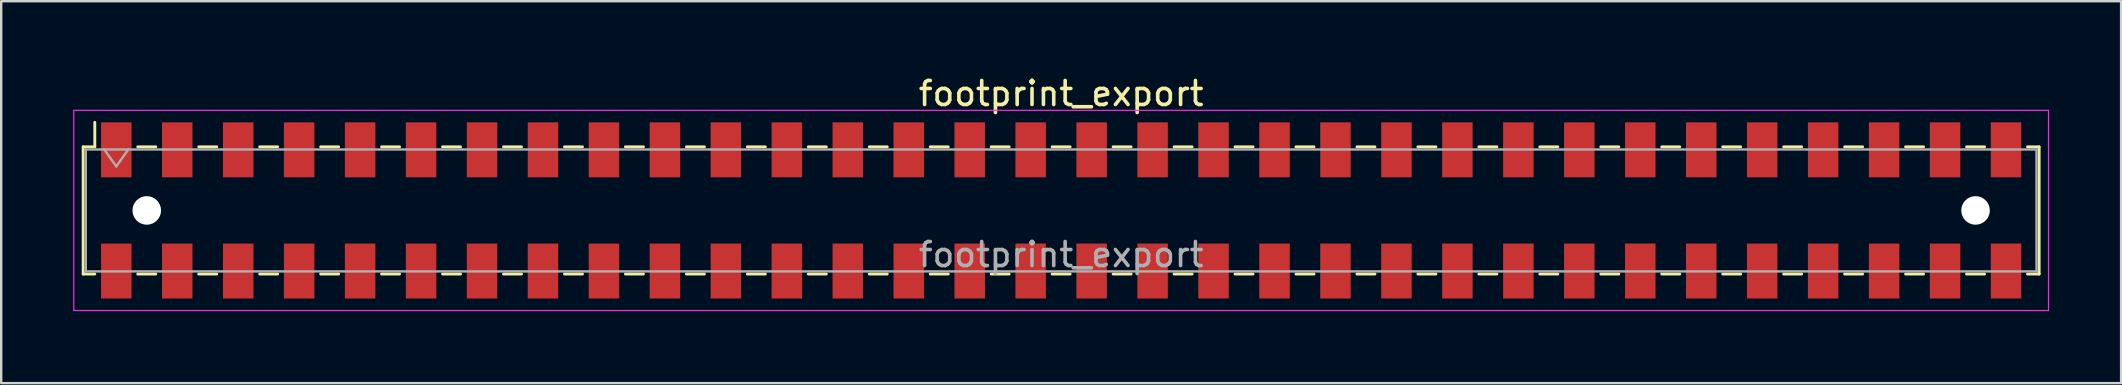
<source format=kicad_pcb>
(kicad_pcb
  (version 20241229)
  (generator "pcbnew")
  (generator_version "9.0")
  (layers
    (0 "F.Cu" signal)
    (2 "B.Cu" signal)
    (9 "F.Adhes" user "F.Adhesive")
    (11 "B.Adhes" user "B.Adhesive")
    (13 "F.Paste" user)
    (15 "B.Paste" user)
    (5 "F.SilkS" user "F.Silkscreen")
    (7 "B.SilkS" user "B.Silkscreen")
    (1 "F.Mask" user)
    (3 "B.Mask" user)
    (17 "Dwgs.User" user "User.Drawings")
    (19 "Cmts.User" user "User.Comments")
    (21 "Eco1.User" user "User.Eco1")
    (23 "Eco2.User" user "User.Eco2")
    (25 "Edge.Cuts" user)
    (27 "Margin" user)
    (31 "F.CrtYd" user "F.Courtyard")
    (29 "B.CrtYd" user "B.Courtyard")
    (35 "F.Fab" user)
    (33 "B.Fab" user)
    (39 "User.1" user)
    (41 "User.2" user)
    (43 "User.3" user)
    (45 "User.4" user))
  (footprint "footprint_export"
    (layer "F.Cu")
    (at 41.165 5.718)
    (property "Reference" "footprint_export" (at 0 -4.87 0) (layer "F.SilkS") (effects (font (size 1 1) (thickness 0.15))))
    (attr smd)
    (fp_line (start -40.75 -2.65) (end -40.75 2.65) (stroke (width 0.12) (type solid)) (layer "F.SilkS"))
    (fp_line (start -40.75 2.65) (end -40.265 2.65) (stroke (width 0.12) (type solid)) (layer "F.SilkS"))
    (fp_line (start -40.265 -3.67) (end -40.265 -2.65) (stroke (width 0.12) (type solid)) (layer "F.SilkS"))
    (fp_line (start -40.265 -2.65) (end -40.75 -2.65) (stroke (width 0.12) (type solid)) (layer "F.SilkS"))
    (fp_line (start -38.475 -2.65) (end -37.725 -2.65) (stroke (width 0.12) (type solid)) (layer "F.SilkS"))
    (fp_line (start -38.475 2.65) (end -37.725 2.65) (stroke (width 0.12) (type solid)) (layer "F.SilkS"))
    (fp_line (start -35.935 -2.65) (end -35.185 -2.65) (stroke (width 0.12) (type solid)) (layer "F.SilkS"))
    (fp_line (start -35.935 2.65) (end -35.185 2.65) (stroke (width 0.12) (type solid)) (layer "F.SilkS"))
    (fp_line (start -33.395 -2.65) (end -32.645 -2.65) (stroke (width 0.12) (type solid)) (layer "F.SilkS"))
    (fp_line (start -33.395 2.65) (end -32.645 2.65) (stroke (width 0.12) (type solid)) (layer "F.SilkS"))
    (fp_line (start -30.855 -2.65) (end -30.105 -2.65) (stroke (width 0.12) (type solid)) (layer "F.SilkS"))
    (fp_line (start -30.855 2.65) (end -30.105 2.65) (stroke (width 0.12) (type solid)) (layer "F.SilkS"))
    (fp_line (start -28.315 -2.65) (end -27.565 -2.65) (stroke (width 0.12) (type solid)) (layer "F.SilkS"))
    (fp_line (start -28.315 2.65) (end -27.565 2.65) (stroke (width 0.12) (type solid)) (layer "F.SilkS"))
    (fp_line (start -25.775 -2.65) (end -25.025 -2.65) (stroke (width 0.12) (type solid)) (layer "F.SilkS"))
    (fp_line (start -25.775 2.65) (end -25.025 2.65) (stroke (width 0.12) (type solid)) (layer "F.SilkS"))
    (fp_line (start -23.235 -2.65) (end -22.485 -2.65) (stroke (width 0.12) (type solid)) (layer "F.SilkS"))
    (fp_line (start -23.235 2.65) (end -22.485 2.65) (stroke (width 0.12) (type solid)) (layer "F.SilkS"))
    (fp_line (start -20.695 -2.65) (end -19.945 -2.65) (stroke (width 0.12) (type solid)) (layer "F.SilkS"))
    (fp_line (start -20.695 2.65) (end -19.945 2.65) (stroke (width 0.12) (type solid)) (layer "F.SilkS"))
    (fp_line (start -18.155 -2.65) (end -17.405 -2.65) (stroke (width 0.12) (type solid)) (layer "F.SilkS"))
    (fp_line (start -18.155 2.65) (end -17.405 2.65) (stroke (width 0.12) (type solid)) (layer "F.SilkS"))
    (fp_line (start -15.615 -2.65) (end -14.865 -2.65) (stroke (width 0.12) (type solid)) (layer "F.SilkS"))
    (fp_line (start -15.615 2.65) (end -14.865 2.65) (stroke (width 0.12) (type solid)) (layer "F.SilkS"))
    (fp_line (start -13.075 -2.65) (end -12.325 -2.65) (stroke (width 0.12) (type solid)) (layer "F.SilkS"))
    (fp_line (start -13.075 2.65) (end -12.325 2.65) (stroke (width 0.12) (type solid)) (layer "F.SilkS"))
    (fp_line (start -10.535 -2.65) (end -9.785 -2.65) (stroke (width 0.12) (type solid)) (layer "F.SilkS"))
    (fp_line (start -10.535 2.65) (end -9.785 2.65) (stroke (width 0.12) (type solid)) (layer "F.SilkS"))
    (fp_line (start -7.995 -2.65) (end -7.245 -2.65) (stroke (width 0.12) (type solid)) (layer "F.SilkS"))
    (fp_line (start -7.995 2.65) (end -7.245 2.65) (stroke (width 0.12) (type solid)) (layer "F.SilkS"))
    (fp_line (start -5.455 -2.65) (end -4.705 -2.65) (stroke (width 0.12) (type solid)) (layer "F.SilkS"))
    (fp_line (start -5.455 2.65) (end -4.705 2.65) (stroke (width 0.12) (type solid)) (layer "F.SilkS"))
    (fp_line (start -2.915 -2.65) (end -2.165 -2.65) (stroke (width 0.12) (type solid)) (layer "F.SilkS"))
    (fp_line (start -2.915 2.65) (end -2.165 2.65) (stroke (width 0.12) (type solid)) (layer "F.SilkS"))
    (fp_line (start -0.375 -2.65) (end 0.375 -2.65) (stroke (width 0.12) (type solid)) (layer "F.SilkS"))
    (fp_line (start -0.375 2.65) (end 0.375 2.65) (stroke (width 0.12) (type solid)) (layer "F.SilkS"))
    (fp_line (start 2.165 -2.65) (end 2.915 -2.65) (stroke (width 0.12) (type solid)) (layer "F.SilkS"))
    (fp_line (start 2.165 2.65) (end 2.915 2.65) (stroke (width 0.12) (type solid)) (layer "F.SilkS"))
    (fp_line (start 4.705 -2.65) (end 5.455 -2.65) (stroke (width 0.12) (type solid)) (layer "F.SilkS"))
    (fp_line (start 4.705 2.65) (end 5.455 2.65) (stroke (width 0.12) (type solid)) (layer "F.SilkS"))
    (fp_line (start 7.245 -2.65) (end 7.995 -2.65) (stroke (width 0.12) (type solid)) (layer "F.SilkS"))
    (fp_line (start 7.245 2.65) (end 7.995 2.65) (stroke (width 0.12) (type solid)) (layer "F.SilkS"))
    (fp_line (start 9.785 -2.65) (end 10.535 -2.65) (stroke (width 0.12) (type solid)) (layer "F.SilkS"))
    (fp_line (start 9.785 2.65) (end 10.535 2.65) (stroke (width 0.12) (type solid)) (layer "F.SilkS"))
    (fp_line (start 12.325 -2.65) (end 13.075 -2.65) (stroke (width 0.12) (type solid)) (layer "F.SilkS"))
    (fp_line (start 12.325 2.65) (end 13.075 2.65) (stroke (width 0.12) (type solid)) (layer "F.SilkS"))
    (fp_line (start 14.865 -2.65) (end 15.615 -2.65) (stroke (width 0.12) (type solid)) (layer "F.SilkS"))
    (fp_line (start 14.865 2.65) (end 15.615 2.65) (stroke (width 0.12) (type solid)) (layer "F.SilkS"))
    (fp_line (start 17.405 -2.65) (end 18.155 -2.65) (stroke (width 0.12) (type solid)) (layer "F.SilkS"))
    (fp_line (start 17.405 2.65) (end 18.155 2.65) (stroke (width 0.12) (type solid)) (layer "F.SilkS"))
    (fp_line (start 19.945 -2.65) (end 20.695 -2.65) (stroke (width 0.12) (type solid)) (layer "F.SilkS"))
    (fp_line (start 19.945 2.65) (end 20.695 2.65) (stroke (width 0.12) (type solid)) (layer "F.SilkS"))
    (fp_line (start 22.485 -2.65) (end 23.235 -2.65) (stroke (width 0.12) (type solid)) (layer "F.SilkS"))
    (fp_line (start 22.485 2.65) (end 23.235 2.65) (stroke (width 0.12) (type solid)) (layer "F.SilkS"))
    (fp_line (start 25.025 -2.65) (end 25.775 -2.65) (stroke (width 0.12) (type solid)) (layer "F.SilkS"))
    (fp_line (start 25.025 2.65) (end 25.775 2.65) (stroke (width 0.12) (type solid)) (layer "F.SilkS"))
    (fp_line (start 27.565 -2.65) (end 28.315 -2.65) (stroke (width 0.12) (type solid)) (layer "F.SilkS"))
    (fp_line (start 27.565 2.65) (end 28.315 2.65) (stroke (width 0.12) (type solid)) (layer "F.SilkS"))
    (fp_line (start 30.105 -2.65) (end 30.855 -2.65) (stroke (width 0.12) (type solid)) (layer "F.SilkS"))
    (fp_line (start 30.105 2.65) (end 30.855 2.65) (stroke (width 0.12) (type solid)) (layer "F.SilkS"))
    (fp_line (start 32.645 -2.65) (end 33.395 -2.65) (stroke (width 0.12) (type solid)) (layer "F.SilkS"))
    (fp_line (start 32.645 2.65) (end 33.395 2.65) (stroke (width 0.12) (type solid)) (layer "F.SilkS"))
    (fp_line (start 35.185 -2.65) (end 35.935 -2.65) (stroke (width 0.12) (type solid)) (layer "F.SilkS"))
    (fp_line (start 35.185 2.65) (end 35.935 2.65) (stroke (width 0.12) (type solid)) (layer "F.SilkS"))
    (fp_line (start 37.725 -2.65) (end 38.475 -2.65) (stroke (width 0.12) (type solid)) (layer "F.SilkS"))
    (fp_line (start 37.725 2.65) (end 38.475 2.65) (stroke (width 0.12) (type solid)) (layer "F.SilkS"))
    (fp_line (start 40.265 -2.65) (end 40.75 -2.65) (stroke (width 0.12) (type solid)) (layer "F.SilkS"))
    (fp_line (start 40.75 -2.65) (end 40.75 2.65) (stroke (width 0.12) (type solid)) (layer "F.SilkS"))
    (fp_line (start 40.75 2.65) (end 40.265 2.65) (stroke (width 0.12) (type solid)) (layer "F.SilkS"))
    (fp_line (start -41.14 -4.17) (end 41.14 -4.17) (stroke (width 0.05) (type solid)) (layer "F.CrtYd"))
    (fp_line (start -41.14 4.17) (end -41.14 -4.17) (stroke (width 0.05) (type solid)) (layer "F.CrtYd"))
    (fp_line (start 41.14 -4.17) (end 41.14 4.17) (stroke (width 0.05) (type solid)) (layer "F.CrtYd"))
    (fp_line (start 41.14 4.17) (end -41.14 4.17) (stroke (width 0.05) (type solid)) (layer "F.CrtYd"))
    (fp_line (start -40.64 -2.54) (end 40.64 -2.54) (stroke (width 0.1) (type solid)) (layer "F.Fab"))
    (fp_line (start -40.64 2.54) (end -40.64 -2.54) (stroke (width 0.1) (type solid)) (layer "F.Fab"))
    (fp_line (start -39.87 -2.54) (end -39.37 -1.833) (stroke (width 0.1) (type solid)) (layer "F.Fab"))
    (fp_line (start -39.37 -1.833) (end -38.87 -2.54) (stroke (width 0.1) (type solid)) (layer "F.Fab"))
    (fp_line (start 40.64 -2.54) (end 40.64 2.54) (stroke (width 0.1) (type solid)) (layer "F.Fab"))
    (fp_line (start 40.64 2.54) (end -40.64 2.54) (stroke (width 0.1) (type solid)) (layer "F.Fab"))
    (fp_text user "${REFERENCE}" (at 0 1.84 0) (layer "F.Fab") (effects (font (size 1 1) (thickness 0.15))))
    (pad "" np_thru_hole circle (at -38.1 0) (size 1.19 1.19) (drill 1.19) (layers "*.Cu" "*.Mask"))
    (pad "" np_thru_hole circle (at 38.1 0) (size 1.19 1.19) (drill 1.19) (layers "*.Cu" "*.Mask"))
    (pad "1" smd rect (at -39.37 -2.525) (size 1.27 2.29) (layers "F.Cu" "F.Mask" "F.Paste"))
    (pad "2" smd rect (at -39.37 2.525) (size 1.27 2.29) (layers "F.Cu" "F.Mask" "F.Paste"))
    (pad "3" smd rect (at -36.83 -2.525) (size 1.27 2.29) (layers "F.Cu" "F.Mask" "F.Paste"))
    (pad "4" smd rect (at -36.83 2.525) (size 1.27 2.29) (layers "F.Cu" "F.Mask" "F.Paste"))
    (pad "5" smd rect (at -34.29 -2.525) (size 1.27 2.29) (layers "F.Cu" "F.Mask" "F.Paste"))
    (pad "6" smd rect (at -34.29 2.525) (size 1.27 2.29) (layers "F.Cu" "F.Mask" "F.Paste"))
    (pad "7" smd rect (at -31.75 -2.525) (size 1.27 2.29) (layers "F.Cu" "F.Mask" "F.Paste"))
    (pad "8" smd rect (at -31.75 2.525) (size 1.27 2.29) (layers "F.Cu" "F.Mask" "F.Paste"))
    (pad "9" smd rect (at -29.21 -2.525) (size 1.27 2.29) (layers "F.Cu" "F.Mask" "F.Paste"))
    (pad "10" smd rect (at -29.21 2.525) (size 1.27 2.29) (layers "F.Cu" "F.Mask" "F.Paste"))
    (pad "11" smd rect (at -26.67 -2.525) (size 1.27 2.29) (layers "F.Cu" "F.Mask" "F.Paste"))
    (pad "12" smd rect (at -26.67 2.525) (size 1.27 2.29) (layers "F.Cu" "F.Mask" "F.Paste"))
    (pad "13" smd rect (at -24.13 -2.525) (size 1.27 2.29) (layers "F.Cu" "F.Mask" "F.Paste"))
    (pad "14" smd rect (at -24.13 2.525) (size 1.27 2.29) (layers "F.Cu" "F.Mask" "F.Paste"))
    (pad "15" smd rect (at -21.59 -2.525) (size 1.27 2.29) (layers "F.Cu" "F.Mask" "F.Paste"))
    (pad "16" smd rect (at -21.59 2.525) (size 1.27 2.29) (layers "F.Cu" "F.Mask" "F.Paste"))
    (pad "17" smd rect (at -19.05 -2.525) (size 1.27 2.29) (layers "F.Cu" "F.Mask" "F.Paste"))
    (pad "18" smd rect (at -19.05 2.525) (size 1.27 2.29) (layers "F.Cu" "F.Mask" "F.Paste"))
    (pad "19" smd rect (at -16.51 -2.525) (size 1.27 2.29) (layers "F.Cu" "F.Mask" "F.Paste"))
    (pad "20" smd rect (at -16.51 2.525) (size 1.27 2.29) (layers "F.Cu" "F.Mask" "F.Paste"))
    (pad "21" smd rect (at -13.97 -2.525) (size 1.27 2.29) (layers "F.Cu" "F.Mask" "F.Paste"))
    (pad "22" smd rect (at -13.97 2.525) (size 1.27 2.29) (layers "F.Cu" "F.Mask" "F.Paste"))
    (pad "23" smd rect (at -11.43 -2.525) (size 1.27 2.29) (layers "F.Cu" "F.Mask" "F.Paste"))
    (pad "24" smd rect (at -11.43 2.525) (size 1.27 2.29) (layers "F.Cu" "F.Mask" "F.Paste"))
    (pad "25" smd rect (at -8.89 -2.525) (size 1.27 2.29) (layers "F.Cu" "F.Mask" "F.Paste"))
    (pad "26" smd rect (at -8.89 2.525) (size 1.27 2.29) (layers "F.Cu" "F.Mask" "F.Paste"))
    (pad "27" smd rect (at -6.35 -2.525) (size 1.27 2.29) (layers "F.Cu" "F.Mask" "F.Paste"))
    (pad "28" smd rect (at -6.35 2.525) (size 1.27 2.29) (layers "F.Cu" "F.Mask" "F.Paste"))
    (pad "29" smd rect (at -3.81 -2.525) (size 1.27 2.29) (layers "F.Cu" "F.Mask" "F.Paste"))
    (pad "30" smd rect (at -3.81 2.525) (size 1.27 2.29) (layers "F.Cu" "F.Mask" "F.Paste"))
    (pad "31" smd rect (at -1.27 -2.525) (size 1.27 2.29) (layers "F.Cu" "F.Mask" "F.Paste"))
    (pad "32" smd rect (at -1.27 2.525) (size 1.27 2.29) (layers "F.Cu" "F.Mask" "F.Paste"))
    (pad "33" smd rect (at 1.27 -2.525) (size 1.27 2.29) (layers "F.Cu" "F.Mask" "F.Paste"))
    (pad "34" smd rect (at 1.27 2.525) (size 1.27 2.29) (layers "F.Cu" "F.Mask" "F.Paste"))
    (pad "35" smd rect (at 3.81 -2.525) (size 1.27 2.29) (layers "F.Cu" "F.Mask" "F.Paste"))
    (pad "36" smd rect (at 3.81 2.525) (size 1.27 2.29) (layers "F.Cu" "F.Mask" "F.Paste"))
    (pad "37" smd rect (at 6.35 -2.525) (size 1.27 2.29) (layers "F.Cu" "F.Mask" "F.Paste"))
    (pad "38" smd rect (at 6.35 2.525) (size 1.27 2.29) (layers "F.Cu" "F.Mask" "F.Paste"))
    (pad "39" smd rect (at 8.89 -2.525) (size 1.27 2.29) (layers "F.Cu" "F.Mask" "F.Paste"))
    (pad "40" smd rect (at 8.89 2.525) (size 1.27 2.29) (layers "F.Cu" "F.Mask" "F.Paste"))
    (pad "41" smd rect (at 11.43 -2.525) (size 1.27 2.29) (layers "F.Cu" "F.Mask" "F.Paste"))
    (pad "42" smd rect (at 11.43 2.525) (size 1.27 2.29) (layers "F.Cu" "F.Mask" "F.Paste"))
    (pad "43" smd rect (at 13.97 -2.525) (size 1.27 2.29) (layers "F.Cu" "F.Mask" "F.Paste"))
    (pad "44" smd rect (at 13.97 2.525) (size 1.27 2.29) (layers "F.Cu" "F.Mask" "F.Paste"))
    (pad "45" smd rect (at 16.51 -2.525) (size 1.27 2.29) (layers "F.Cu" "F.Mask" "F.Paste"))
    (pad "46" smd rect (at 16.51 2.525) (size 1.27 2.29) (layers "F.Cu" "F.Mask" "F.Paste"))
    (pad "47" smd rect (at 19.05 -2.525) (size 1.27 2.29) (layers "F.Cu" "F.Mask" "F.Paste"))
    (pad "48" smd rect (at 19.05 2.525) (size 1.27 2.29) (layers "F.Cu" "F.Mask" "F.Paste"))
    (pad "49" smd rect (at 21.59 -2.525) (size 1.27 2.29) (layers "F.Cu" "F.Mask" "F.Paste"))
    (pad "50" smd rect (at 21.59 2.525) (size 1.27 2.29) (layers "F.Cu" "F.Mask" "F.Paste"))
    (pad "51" smd rect (at 24.13 -2.525) (size 1.27 2.29) (layers "F.Cu" "F.Mask" "F.Paste"))
    (pad "52" smd rect (at 24.13 2.525) (size 1.27 2.29) (layers "F.Cu" "F.Mask" "F.Paste"))
    (pad "53" smd rect (at 26.67 -2.525) (size 1.27 2.29) (layers "F.Cu" "F.Mask" "F.Paste"))
    (pad "54" smd rect (at 26.67 2.525) (size 1.27 2.29) (layers "F.Cu" "F.Mask" "F.Paste"))
    (pad "55" smd rect (at 29.21 -2.525) (size 1.27 2.29) (layers "F.Cu" "F.Mask" "F.Paste"))
    (pad "56" smd rect (at 29.21 2.525) (size 1.27 2.29) (layers "F.Cu" "F.Mask" "F.Paste"))
    (pad "57" smd rect (at 31.75 -2.525) (size 1.27 2.29) (layers "F.Cu" "F.Mask" "F.Paste"))
    (pad "58" smd rect (at 31.75 2.525) (size 1.27 2.29) (layers "F.Cu" "F.Mask" "F.Paste"))
    (pad "59" smd rect (at 34.29 -2.525) (size 1.27 2.29) (layers "F.Cu" "F.Mask" "F.Paste"))
    (pad "60" smd rect (at 34.29 2.525) (size 1.27 2.29) (layers "F.Cu" "F.Mask" "F.Paste"))
    (pad "61" smd rect (at 36.83 -2.525) (size 1.27 2.29) (layers "F.Cu" "F.Mask" "F.Paste"))
    (pad "62" smd rect (at 36.83 2.525) (size 1.27 2.29) (layers "F.Cu" "F.Mask" "F.Paste"))
    (pad "63" smd rect (at 39.37 -2.525) (size 1.27 2.29) (layers "F.Cu" "F.Mask" "F.Paste"))
    (pad "64" smd rect (at 39.37 2.525) (size 1.27 2.29) (layers "F.Cu" "F.Mask" "F.Paste")))
  (gr_rect
    (start -3 -3)
    (end 85.33 12.913)
    (stroke (width 0.1) (type default))
    (fill no)
    (layer "Edge.Cuts")))
</source>
